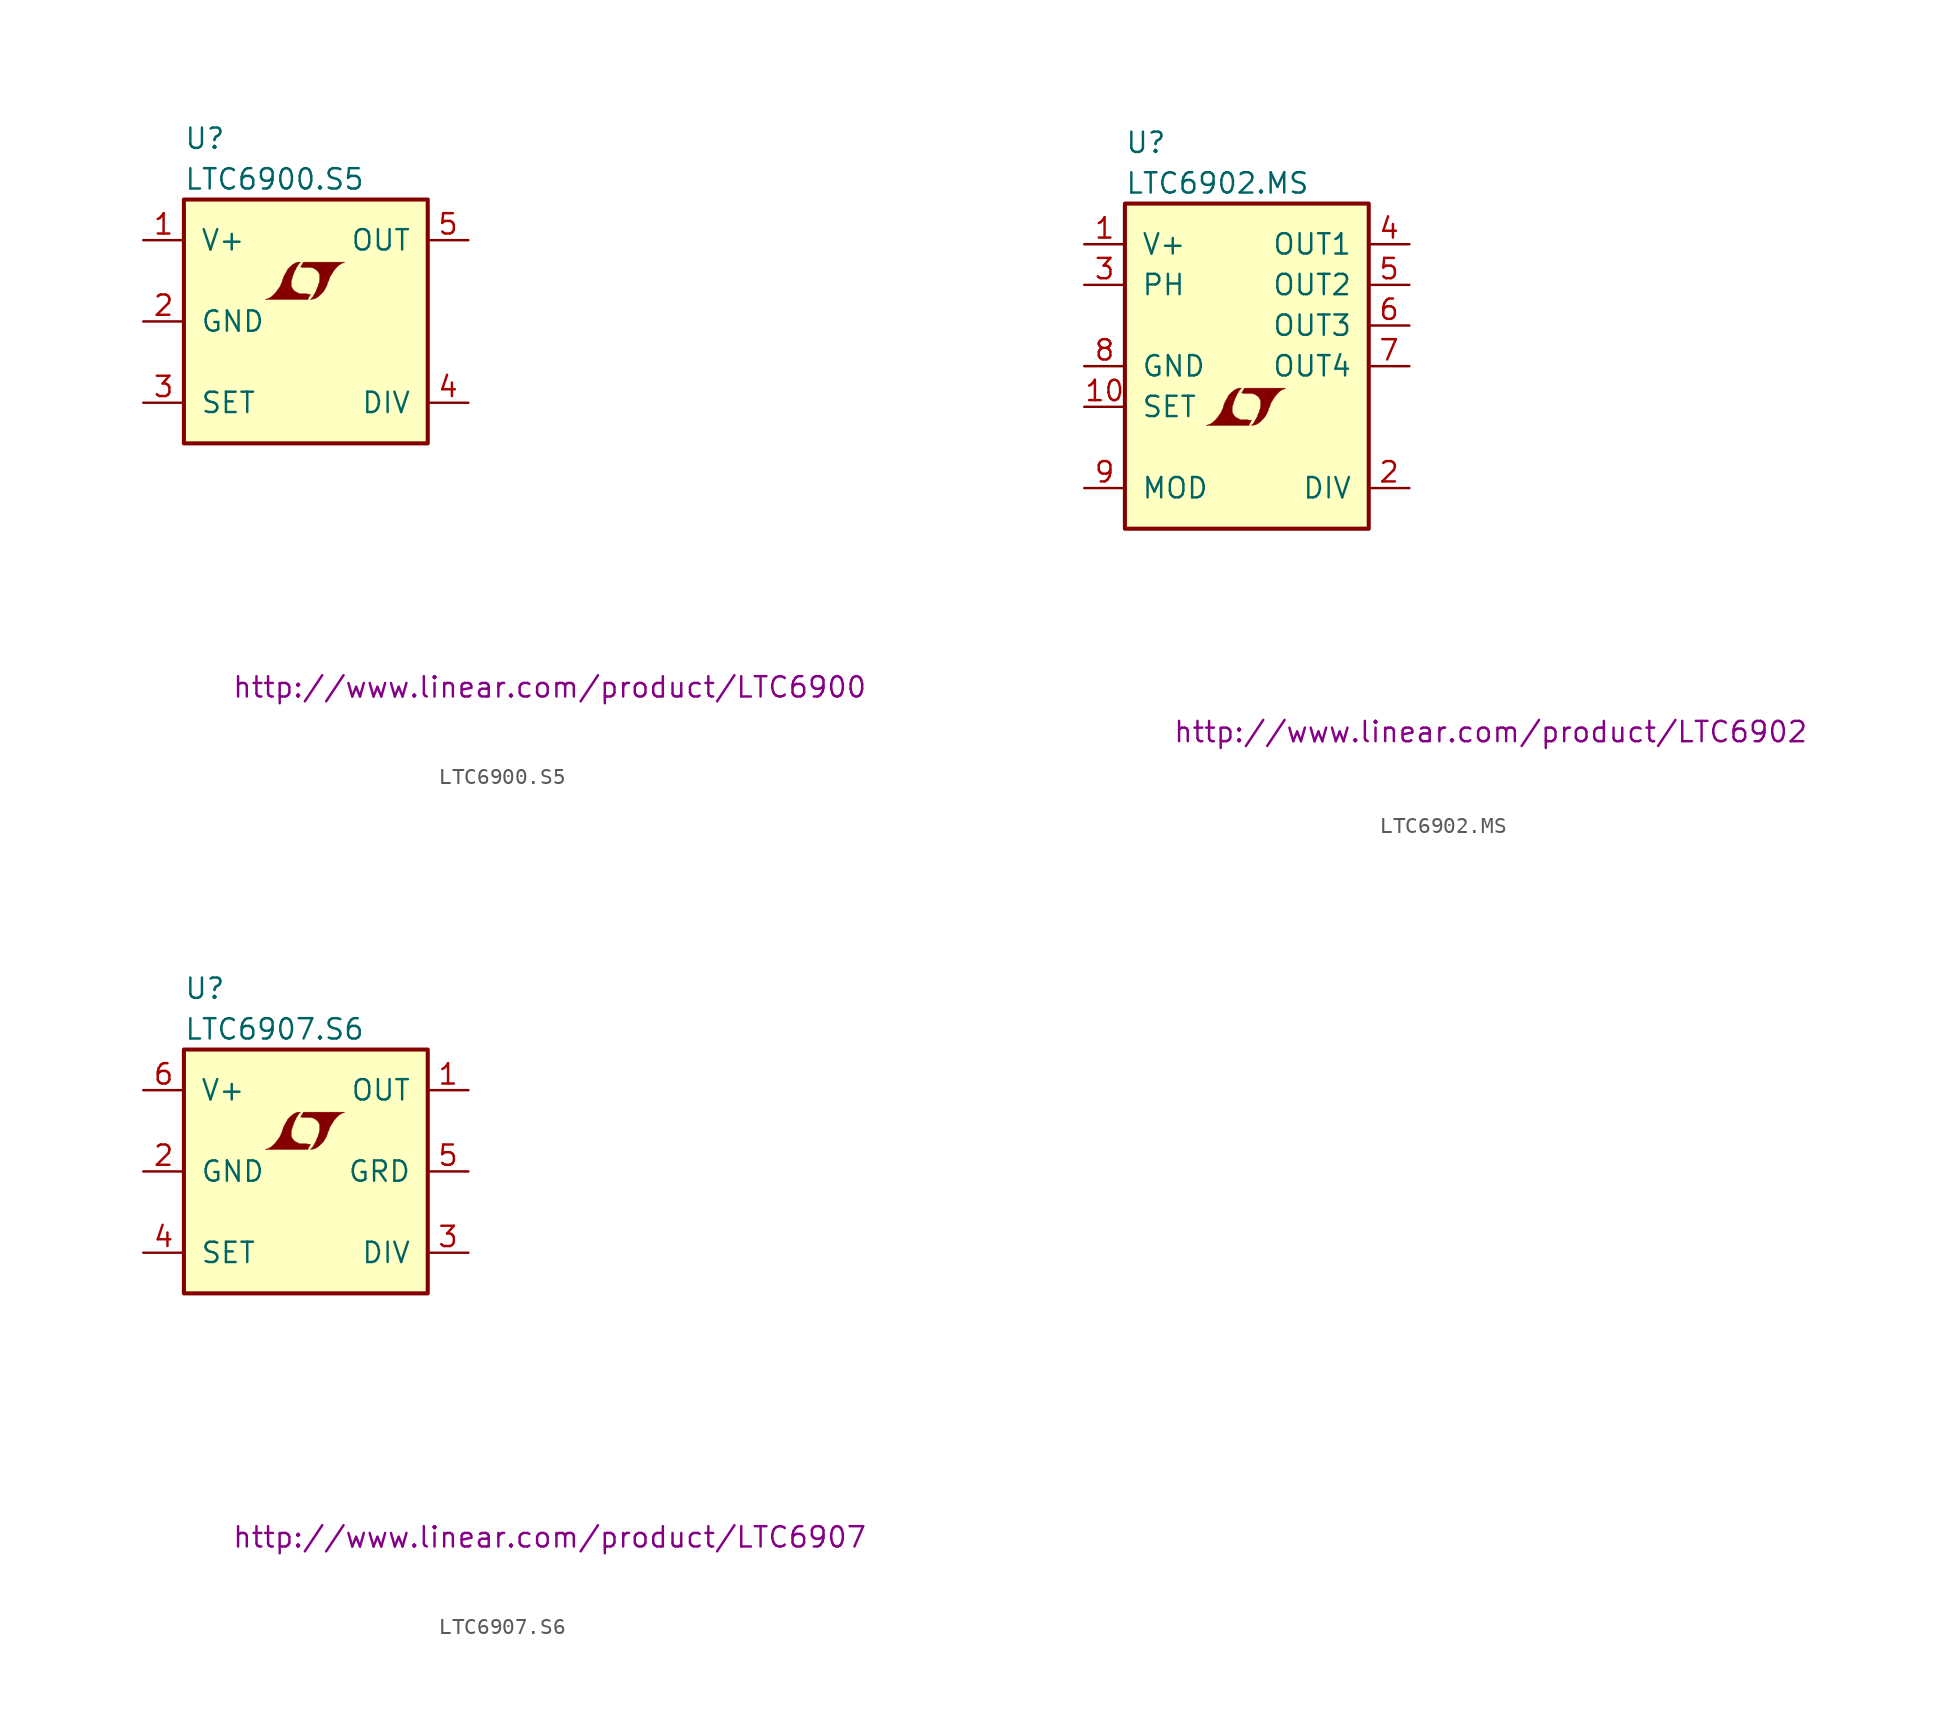
<source format=kicad_sym>
(kicad_symbol_lib
  (version 20201005)
  (generator kicad_symbol_editor)
  (symbol "LTC6900.S5"
    (pin_names
      (offset 1.016))
    (property "Reference" "U"
      (at -7.62 11.43 0)
      (effects (font (size 1.27 1.27)) (justify left)))
    (property "Value" "LTC6900.S5"
      (at -7.62 8.89 0)
      (effects (font (size 1.27 1.27)) (justify left)))
    (property "Datasheet" "http://www.linear.com/product/LTC6900"
      (at 15.24 -22.86 0)
      (effects (font (size 1.27 1.27))))
    (symbol "LTC6900.S5_0_0"
      (polyline (pts (xy 0.203 1.549) (xy 0.229 1.575) (xy 0.279 1.676) (xy 0.279 1.702) (xy 0.152 1.702) (xy 0.051 1.727) (xy -0.406 1.727) (xy -0.432 1.753) (xy -0.686 1.88) (xy -0.787 1.981) (xy -0.864 2.108) (xy -0.914 2.21) (xy -0.914 2.515) (xy -0.864 2.667) (xy -0.838 2.769) (xy -0.813 2.845) (xy -0.762 2.972) (xy -0.711 3.124) (xy -0.635 3.251) (xy -0.584 3.378) (xy -0.508 3.48) (xy -0.457 3.581) (xy -0.33 3.708) (xy -0.508 3.708) (xy -0.635 3.658) (xy -0.737 3.607) (xy -0.813 3.556) (xy -0.94 3.454) (xy -1.118 3.277) (xy -1.372 2.819) (xy -1.473 2.54) (xy -1.473 2.489) (xy -1.524 2.388) (xy -1.575 2.261) (xy -1.626 2.159) (xy -1.753 1.981) (xy -1.905 1.778) (xy -2.057 1.626) (xy -2.21 1.499) (xy -2.388 1.422) (xy -2.54 1.372) (xy 0.127 1.372) (xy 0.203 1.549)) (stroke (width 0.025)) (fill (type outline)))
      (polyline (pts (xy 0.406 1.397) (xy 0.483 1.397) (xy 0.66 1.473) (xy 0.813 1.575) (xy 1.092 1.854) (xy 1.219 2.057) (xy 1.321 2.261) (xy 1.397 2.515) (xy 1.422 2.515) (xy 1.499 2.769) (xy 1.753 3.175) (xy 1.905 3.353) (xy 2.057 3.505) (xy 2.21 3.607) (xy 2.388 3.683) (xy 2.413 3.683) (xy 2.413 3.708) (xy -0.152 3.708) (xy -0.229 3.556) (xy -0.254 3.531) (xy -0.305 3.429) (xy -0.33 3.404) (xy -0.279 3.404) (xy -0.229 3.378) (xy 0.305 3.378) (xy 0.356 3.353) (xy 0.406 3.353) (xy 0.483 3.327) (xy 0.61 3.251) (xy 0.737 3.15) (xy 0.813 3.023) (xy 0.838 2.972) (xy 0.864 2.946) (xy 0.864 2.54) (xy 0.838 2.489) (xy 0.838 2.413) (xy 0.787 2.311) (xy 0.762 2.184) (xy 0.686 2.032) (xy 0.635 1.88) (xy 0.483 1.626) (xy 0.432 1.524) (xy 0.279 1.372) (xy 0.406 1.397)) (stroke (width 0.025)) (fill (type outline))))
    (symbol "LTC6900.S5_0_1"
      (rectangle (start -7.62 7.62) (end 7.62 -7.62) (stroke (width 0.254)) (fill (type background))))
    (symbol "LTC6900.S5_1_1"
      (pin power_in line (at -10.16 5.08 0) (length 2.54) (name "V+" (effects (font (size 1.27 1.27)))) (number "1" (effects (font (size 1.27 1.27)))))
      (pin power_in line (at -10.16 0 0) (length 2.54) (name "GND" (effects (font (size 1.27 1.27)))) (number "2" (effects (font (size 1.27 1.27)))))
      (pin passive line (at -10.16 -5.08 0) (length 2.54) (name "SET" (effects (font (size 1.27 1.27)))) (number "3" (effects (font (size 1.27 1.27)))))
      (pin passive line (at 10.16 -5.08 180) (length 2.54) (name "DIV" (effects (font (size 1.27 1.27)))) (number "4" (effects (font (size 1.27 1.27)))))
      (pin output line (at 10.16 5.08 180) (length 2.54) (name "OUT" (effects (font (size 1.27 1.27)))) (number "5" (effects (font (size 1.27 1.27)))))))
  (symbol "LTC6902.MS"
    (pin_names
      (offset 1.016))
    (property "Reference" "U"
      (at -7.62 13.97 0)
      (effects (font (size 1.27 1.27)) (justify left)))
    (property "Value" "LTC6902.MS"
      (at -7.62 11.43 0)
      (effects (font (size 1.27 1.27)) (justify left)))
    (property "Datasheet" "http://www.linear.com/product/LTC6902"
      (at 15.24 -22.86 0)
      (effects (font (size 1.27 1.27))))
    (symbol "LTC6902.MS_0_0"
      (polyline (pts (xy 0.203 -3.531) (xy 0.229 -3.505) (xy 0.279 -3.404) (xy 0.279 -3.378) (xy 0.152 -3.378) (xy 0.051 -3.353) (xy -0.406 -3.353) (xy -0.432 -3.327) (xy -0.686 -3.2) (xy -0.787 -3.099) (xy -0.864 -2.972) (xy -0.914 -2.87) (xy -0.914 -2.565) (xy -0.864 -2.413) (xy -0.838 -2.311) (xy -0.813 -2.235) (xy -0.762 -2.108) (xy -0.711 -1.956) (xy -0.635 -1.829) (xy -0.584 -1.702) (xy -0.508 -1.6) (xy -0.457 -1.499) (xy -0.33 -1.372) (xy -0.508 -1.372) (xy -0.635 -1.422) (xy -0.737 -1.473) (xy -0.813 -1.524) (xy -0.94 -1.626) (xy -1.118 -1.803) (xy -1.372 -2.261) (xy -1.473 -2.54) (xy -1.473 -2.591) (xy -1.524 -2.692) (xy -1.575 -2.819) (xy -1.626 -2.921) (xy -1.753 -3.099) (xy -1.905 -3.302) (xy -2.057 -3.454) (xy -2.21 -3.581) (xy -2.388 -3.658) (xy -2.54 -3.708) (xy 0.127 -3.708) (xy 0.203 -3.531)) (stroke (width 0.025)) (fill (type outline)))
      (polyline (pts (xy 0.406 -3.683) (xy 0.483 -3.683) (xy 0.66 -3.607) (xy 0.813 -3.505) (xy 1.092 -3.226) (xy 1.219 -3.023) (xy 1.321 -2.819) (xy 1.397 -2.565) (xy 1.422 -2.565) (xy 1.499 -2.311) (xy 1.753 -1.905) (xy 1.905 -1.727) (xy 2.057 -1.575) (xy 2.21 -1.473) (xy 2.388 -1.397) (xy 2.413 -1.397) (xy 2.413 -1.372) (xy -0.152 -1.372) (xy -0.229 -1.524) (xy -0.254 -1.549) (xy -0.305 -1.651) (xy -0.33 -1.676) (xy -0.279 -1.676) (xy -0.229 -1.702) (xy 0.305 -1.702) (xy 0.356 -1.727) (xy 0.406 -1.727) (xy 0.483 -1.753) (xy 0.61 -1.829) (xy 0.737 -1.93) (xy 0.813 -2.057) (xy 0.838 -2.108) (xy 0.864 -2.134) (xy 0.864 -2.54) (xy 0.838 -2.591) (xy 0.838 -2.667) (xy 0.787 -2.769) (xy 0.762 -2.896) (xy 0.686 -3.048) (xy 0.635 -3.2) (xy 0.483 -3.454) (xy 0.432 -3.556) (xy 0.279 -3.708) (xy 0.406 -3.683)) (stroke (width 0.025)) (fill (type outline))))
    (symbol "LTC6902.MS_0_1"
      (rectangle (start -7.62 10.16) (end 7.62 -10.16) (stroke (width 0.254)) (fill (type background))))
    (symbol "LTC6902.MS_1_1"
      (pin power_in line (at -10.16 7.62 0) (length 2.54) (name "V+" (effects (font (size 1.27 1.27)))) (number "1" (effects (font (size 1.27 1.27)))))
      (pin passive line (at 10.16 -7.62 180) (length 2.54) (name "DIV" (effects (font (size 1.27 1.27)))) (number "2" (effects (font (size 1.27 1.27)))))
      (pin input line (at -10.16 5.08 0) (length 2.54) (name "PH" (effects (font (size 1.27 1.27)))) (number "3" (effects (font (size 1.27 1.27)))))
      (pin output line (at 10.16 7.62 180) (length 2.54) (name "OUT1" (effects (font (size 1.27 1.27)))) (number "4" (effects (font (size 1.27 1.27)))))
      (pin output line (at 10.16 5.08 180) (length 2.54) (name "OUT2" (effects (font (size 1.27 1.27)))) (number "5" (effects (font (size 1.27 1.27)))))
      (pin output line (at 10.16 2.54 180) (length 2.54) (name "OUT3" (effects (font (size 1.27 1.27)))) (number "6" (effects (font (size 1.27 1.27)))))
      (pin output line (at 10.16 0 180) (length 2.54) (name "OUT4" (effects (font (size 1.27 1.27)))) (number "7" (effects (font (size 1.27 1.27)))))
      (pin power_in line (at -10.16 0 0) (length 2.54) (name "GND" (effects (font (size 1.27 1.27)))) (number "8" (effects (font (size 1.27 1.27)))))
      (pin passive line (at -10.16 -7.62 0) (length 2.54) (name "MOD" (effects (font (size 1.27 1.27)))) (number "9" (effects (font (size 1.27 1.27)))))
      (pin passive line (at -10.16 -2.54 0) (length 2.54) (name "SET" (effects (font (size 1.27 1.27)))) (number "10" (effects (font (size 1.27 1.27)))))))
  (symbol "LTC6907.S6"
    (pin_names
      (offset 1.016))
    (property "Reference" "U"
      (at -7.62 11.43 0)
      (effects (font (size 1.27 1.27)) (justify left)))
    (property "Value" "LTC6907.S6"
      (at -7.62 8.89 0)
      (effects (font (size 1.27 1.27)) (justify left)))
    (property "Datasheet" "http://www.linear.com/product/LTC6907"
      (at 15.24 -22.86 0)
      (effects (font (size 1.27 1.27))))
    (symbol "LTC6907.S6_0_0"
      (polyline (pts (xy 0.203 1.549) (xy 0.229 1.575) (xy 0.279 1.676) (xy 0.279 1.702) (xy 0.152 1.702) (xy 0.051 1.727) (xy -0.406 1.727) (xy -0.432 1.753) (xy -0.686 1.88) (xy -0.787 1.981) (xy -0.864 2.108) (xy -0.914 2.21) (xy -0.914 2.515) (xy -0.864 2.667) (xy -0.838 2.769) (xy -0.813 2.845) (xy -0.762 2.972) (xy -0.711 3.124) (xy -0.635 3.251) (xy -0.584 3.378) (xy -0.508 3.48) (xy -0.457 3.581) (xy -0.33 3.708) (xy -0.508 3.708) (xy -0.635 3.658) (xy -0.737 3.607) (xy -0.813 3.556) (xy -0.94 3.454) (xy -1.118 3.277) (xy -1.372 2.819) (xy -1.473 2.54) (xy -1.473 2.489) (xy -1.524 2.388) (xy -1.575 2.261) (xy -1.626 2.159) (xy -1.753 1.981) (xy -1.905 1.778) (xy -2.057 1.626) (xy -2.21 1.499) (xy -2.388 1.422) (xy -2.54 1.372) (xy 0.127 1.372) (xy 0.203 1.549)) (stroke (width 0.025)) (fill (type outline)))
      (polyline (pts (xy 0.406 1.397) (xy 0.483 1.397) (xy 0.66 1.473) (xy 0.813 1.575) (xy 1.092 1.854) (xy 1.219 2.057) (xy 1.321 2.261) (xy 1.397 2.515) (xy 1.422 2.515) (xy 1.499 2.769) (xy 1.753 3.175) (xy 1.905 3.353) (xy 2.057 3.505) (xy 2.21 3.607) (xy 2.388 3.683) (xy 2.413 3.683) (xy 2.413 3.708) (xy -0.152 3.708) (xy -0.229 3.556) (xy -0.254 3.531) (xy -0.305 3.429) (xy -0.33 3.404) (xy -0.279 3.404) (xy -0.229 3.378) (xy 0.305 3.378) (xy 0.356 3.353) (xy 0.406 3.353) (xy 0.483 3.327) (xy 0.61 3.251) (xy 0.737 3.15) (xy 0.813 3.023) (xy 0.838 2.972) (xy 0.864 2.946) (xy 0.864 2.54) (xy 0.838 2.489) (xy 0.838 2.413) (xy 0.787 2.311) (xy 0.762 2.184) (xy 0.686 2.032) (xy 0.635 1.88) (xy 0.483 1.626) (xy 0.432 1.524) (xy 0.279 1.372) (xy 0.406 1.397)) (stroke (width 0.025)) (fill (type outline))))
    (symbol "LTC6907.S6_0_1"
      (rectangle (start -7.62 7.62) (end 7.62 -7.62) (stroke (width 0.254)) (fill (type background))))
    (symbol "LTC6907.S6_1_1"
      (pin output line (at 10.16 5.08 180) (length 2.54) (name "OUT" (effects (font (size 1.27 1.27)))) (number "1" (effects (font (size 1.27 1.27)))))
      (pin power_in line (at -10.16 0 0) (length 2.54) (name "GND" (effects (font (size 1.27 1.27)))) (number "2" (effects (font (size 1.27 1.27)))))
      (pin passive line (at 10.16 -5.08 180) (length 2.54) (name "DIV" (effects (font (size 1.27 1.27)))) (number "3" (effects (font (size 1.27 1.27)))))
      (pin passive line (at -10.16 -5.08 0) (length 2.54) (name "SET" (effects (font (size 1.27 1.27)))) (number "4" (effects (font (size 1.27 1.27)))))
      (pin passive line (at 10.16 0 180) (length 2.54) (name "GRD" (effects (font (size 1.27 1.27)))) (number "5" (effects (font (size 1.27 1.27)))))
      (pin power_in line (at -10.16 5.08 0) (length 2.54) (name "V+" (effects (font (size 1.27 1.27)))) (number "6" (effects (font (size 1.27 1.27))))))))
</source>
